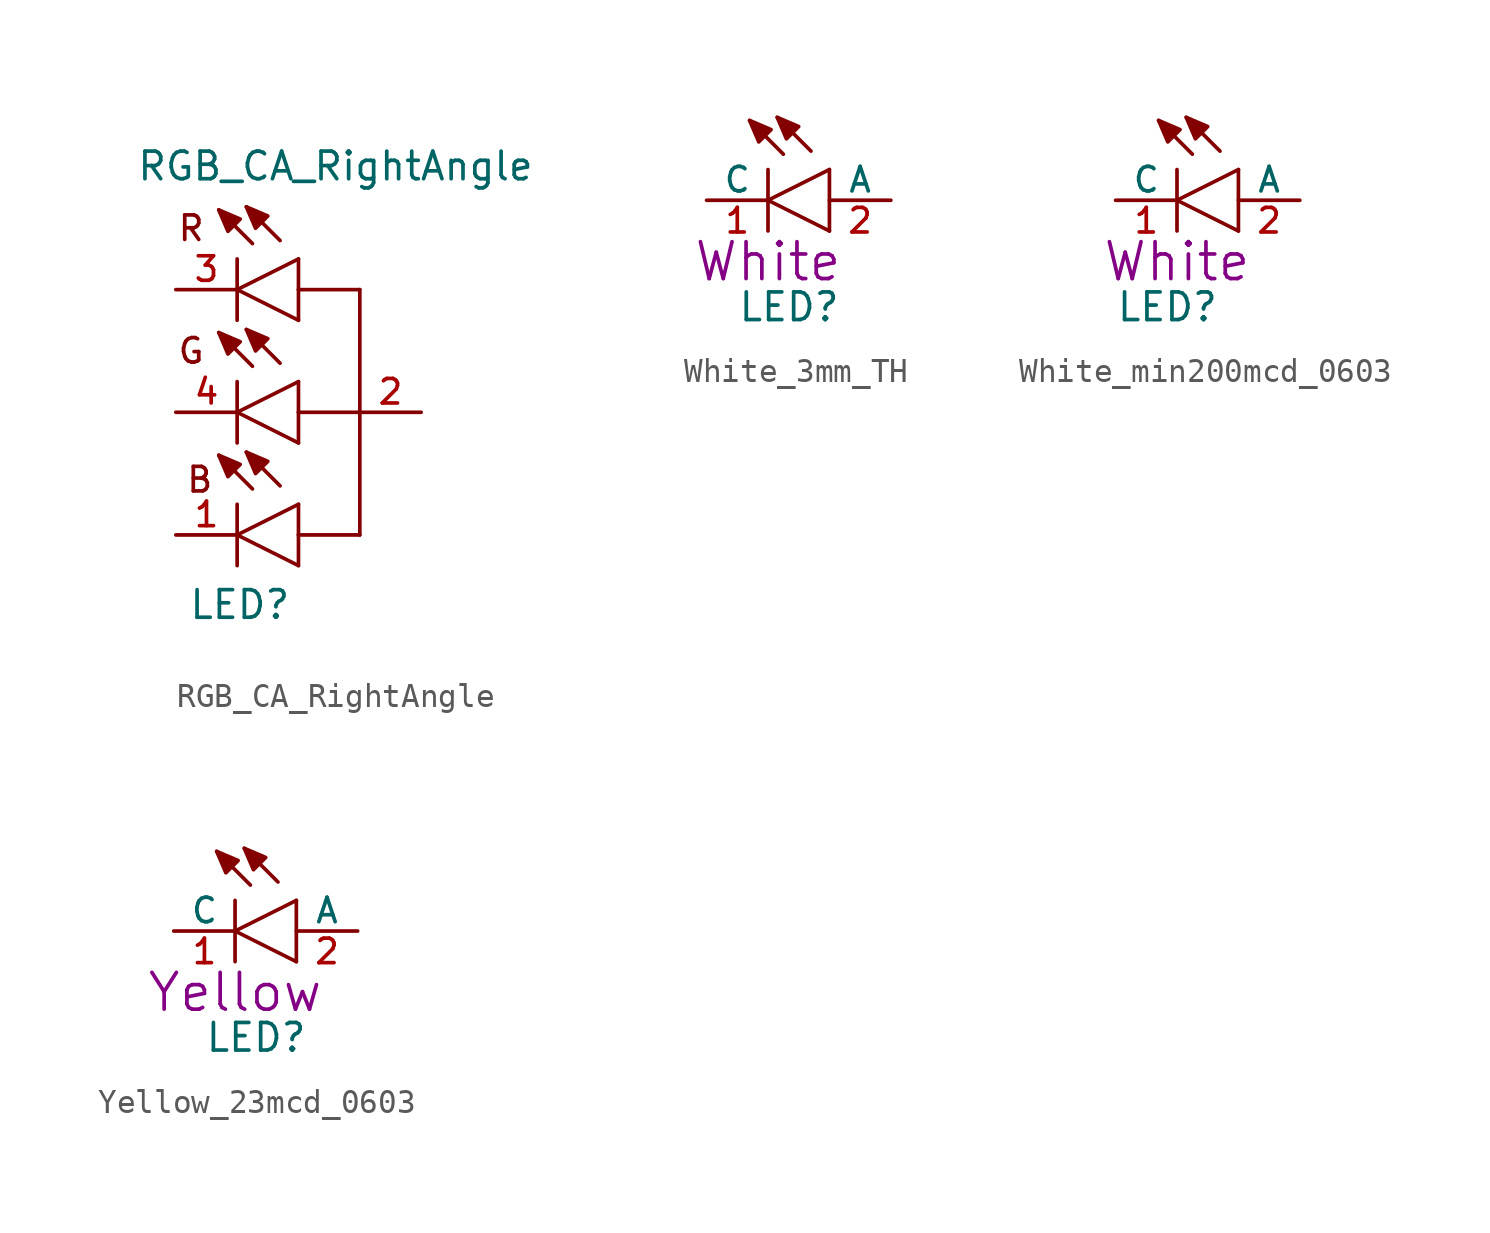
<source format=kicad_sym>
(kicad_symbol_lib
  (version 20241209)
  (generator "kicad_symbol_editor")
  (generator_version "9.0")
  (symbol "RGB_CA_RightAngle"
    (pin_names
      (offset 1.016)
      (hide yes))
    (property "Reference" "LED"
      (at -4.572 -8.636 0)
      (effects (font (size 1.143 1.143)) (justify left bottom)))
    (property "Value" "RGB_CA_RightAngle"
      (at -6.731 9.525 0)
      (effects (font (size 1.143 1.143)) (justify left bottom)))
    (symbol "RGB_CA_RightAngle_1_0"
      (polyline (pts (xy -2.54 5.08) (xy -2.54 6.35)) (stroke (width 0) (type default)) (fill (type none)))
      (polyline (pts (xy -2.54 5.08) (xy 0 6.35)) (stroke (width 0) (type default)) (fill (type none)))
      (polyline (pts (xy -2.54 3.81) (xy -2.54 5.08)) (stroke (width 0) (type default)) (fill (type none)))
      (polyline (pts (xy -2.54 0) (xy -2.54 1.27)) (stroke (width 0) (type default)) (fill (type none)))
      (polyline (pts (xy -2.54 0) (xy 0 1.27)) (stroke (width 0) (type default)) (fill (type none)))
      (polyline (pts (xy -2.54 -1.27) (xy -2.54 0)) (stroke (width 0) (type default)) (fill (type none)))
      (polyline (pts (xy -2.54 -5.08) (xy -2.54 -3.81)) (stroke (width 0) (type default)) (fill (type none)))
      (polyline (pts (xy -2.54 -5.08) (xy 0 -3.81)) (stroke (width 0) (type default)) (fill (type none)))
      (polyline (pts (xy -2.54 -6.35) (xy -2.54 -5.08)) (stroke (width 0) (type default)) (fill (type none)))
      (polyline (pts (xy -1.905 6.985) (xy -3.302 8.382)) (stroke (width 0) (type default)) (fill (type none)))
      (polyline (pts (xy -1.905 1.905) (xy -3.302 3.302)) (stroke (width 0) (type default)) (fill (type none)))
      (polyline (pts (xy -1.905 -3.175) (xy -3.302 -1.778)) (stroke (width 0) (type default)) (fill (type none)))
      (polyline (pts (xy -0.762 7.112) (xy -2.159 8.509)) (stroke (width 0) (type default)) (fill (type none)))
      (polyline (pts (xy -0.762 2.032) (xy -2.159 3.429)) (stroke (width 0) (type default)) (fill (type none)))
      (polyline (pts (xy -0.762 -3.048) (xy -2.159 -1.651)) (stroke (width 0) (type default)) (fill (type none)))
      (polyline (pts (xy 0 5.08) (xy 0 6.35)) (stroke (width 0) (type default)) (fill (type none)))
      (polyline (pts (xy 0 3.81) (xy -2.54 5.08)) (stroke (width 0) (type default)) (fill (type none)))
      (polyline (pts (xy 0 3.81) (xy 0 5.08)) (stroke (width 0) (type default)) (fill (type none)))
      (polyline (pts (xy 0 0) (xy 0 1.27)) (stroke (width 0) (type default)) (fill (type none)))
      (polyline (pts (xy 0 -1.27) (xy -2.54 0)) (stroke (width 0) (type default)) (fill (type none)))
      (polyline (pts (xy 0 -1.27) (xy 0 0)) (stroke (width 0) (type default)) (fill (type none)))
      (polyline (pts (xy 0 -5.08) (xy 0 -3.81)) (stroke (width 0) (type default)) (fill (type none)))
      (polyline (pts (xy 0 -6.35) (xy -2.54 -5.08)) (stroke (width 0) (type default)) (fill (type none)))
      (polyline (pts (xy 0 -6.35) (xy 0 -5.08)) (stroke (width 0) (type default)) (fill (type none)))
      (polyline (pts (xy 2.54 5.08) (xy 0 5.08)) (stroke (width 0) (type default)) (fill (type none)))
      (polyline (pts (xy 2.54 5.08) (xy 2.54 0)) (stroke (width 0) (type default)) (fill (type none)))
      (polyline (pts (xy 2.54 0) (xy 0 0)) (stroke (width 0) (type default)) (fill (type none)))
      (polyline (pts (xy 2.54 0) (xy 2.54 -5.08)) (stroke (width 0) (type default)) (fill (type none)))
      (polyline (pts (xy 2.54 -5.08) (xy 0 -5.08)) (stroke (width 0) (type default)) (fill (type none)))
      (text "R" (at -4.445 7.62 0) (effects (font (size 1.016 1.016))))
      (text "G" (at -4.445 2.54 0) (effects (font (size 1.016 1.016))))
      (text "B" (at -4.089 -2.794 0) (effects (font (size 1.016 1.016)))))
    (symbol "RGB_CA_RightAngle_1_1"
      (polyline (pts (xy -3.302 8.382) (xy -2.413 8.001) (xy -2.413 8.001) (xy -2.921 7.493) (xy -2.921 7.493) (xy -3.302 8.382)) (stroke (width 0) (type default)) (fill (type outline)))
      (polyline (pts (xy -3.302 3.302) (xy -2.413 2.921) (xy -2.413 2.921) (xy -2.921 2.413) (xy -2.921 2.413) (xy -3.302 3.302)) (stroke (width 0) (type default)) (fill (type outline)))
      (polyline (pts (xy -3.302 -1.778) (xy -2.413 -2.159) (xy -2.413 -2.159) (xy -2.921 -2.667) (xy -2.921 -2.667) (xy -3.302 -1.778)) (stroke (width 0) (type default)) (fill (type outline)))
      (polyline (pts (xy -2.159 8.509) (xy -1.27 8.128) (xy -1.27 8.128) (xy -1.778 7.62) (xy -1.778 7.62) (xy -2.159 8.509)) (stroke (width 0) (type default)) (fill (type outline)))
      (polyline (pts (xy -2.159 3.429) (xy -1.27 3.048) (xy -1.27 3.048) (xy -1.778 2.54) (xy -1.778 2.54) (xy -2.159 3.429)) (stroke (width 0) (type default)) (fill (type outline)))
      (polyline (pts (xy -2.159 -1.651) (xy -1.27 -2.032) (xy -1.27 -2.032) (xy -1.778 -2.54) (xy -1.778 -2.54) (xy -2.159 -1.651)) (stroke (width 0) (type default)) (fill (type outline)))
      (pin passive line (at -5.08 5.08 0) (length 2.54) (name "CB" (effects (font (size 1.016 1.016)))) (number "3" (effects (font (size 1.016 1.016)))))
      (pin passive line (at -5.08 0 0) (length 2.54) (name "CG" (effects (font (size 1.016 1.016)))) (number "4" (effects (font (size 1.016 1.016)))))
      (pin passive line (at -5.08 -5.08 0) (length 2.54) (name "CR" (effects (font (size 1.016 1.016)))) (number "1" (effects (font (size 1.016 1.016)))))
      (pin passive line (at 5.08 0 180) (length 2.54) (name "A" (effects (font (size 1.016 1.016)))) (number "2" (effects (font (size 1.016 1.016)))))))
  (symbol "White_3mm_TH"
    (pin_names
      (offset 0))
    (property "Reference" "LED"
      (at -1.27 -5.08 0)
      (effects (font (size 1.143 1.143)) (justify left bottom)))
    (property "Display" "White"
      (at 0 -2.54 0)
      (effects (font (size 1.524 1.524))))
    (symbol "White_3mm_TH_1_0"
      (polyline (pts (xy 0 0) (xy 0 1.27)) (stroke (width 0) (type default)) (fill (type none)))
      (polyline (pts (xy 0 0) (xy 2.54 1.27)) (stroke (width 0) (type default)) (fill (type none)))
      (polyline (pts (xy 0 -1.27) (xy 0 0)) (stroke (width 0) (type default)) (fill (type none)))
      (polyline (pts (xy 0.635 1.905) (xy -0.762 3.302)) (stroke (width 0) (type default)) (fill (type none)))
      (polyline (pts (xy 1.778 2.032) (xy 0.381 3.429)) (stroke (width 0) (type default)) (fill (type none)))
      (polyline (pts (xy 2.54 -1.27) (xy 0 0)) (stroke (width 0) (type default)) (fill (type none)))
      (polyline (pts (xy 2.54 -1.27) (xy 2.54 1.27)) (stroke (width 0) (type default)) (fill (type none))))
    (symbol "White_3mm_TH_1_1"
      (polyline (pts (xy -0.762 3.302) (xy 0.127 2.921) (xy 0.127 2.921) (xy -0.381 2.413) (xy -0.381 2.413) (xy -0.762 3.302)) (stroke (width 0) (type default)) (fill (type outline)))
      (polyline (pts (xy 0.381 3.429) (xy 1.27 3.048) (xy 1.27 3.048) (xy 0.762 2.54) (xy 0.762 2.54) (xy 0.381 3.429)) (stroke (width 0) (type default)) (fill (type outline)))
      (pin passive line (at -2.54 0 0) (length 2.54) (name "C" (effects (font (size 1.016 1.016)))) (number "1" (effects (font (size 1.016 1.016)))))
      (pin passive line (at 5.08 0 180) (length 2.54) (name "A" (effects (font (size 1.016 1.016)))) (number "2" (effects (font (size 1.016 1.016)))))))
  (symbol "White_min200mcd_0603"
    (pin_names
      (offset 0))
    (property "Reference" "LED"
      (at -2.54 -5.08 0)
      (effects (font (size 1.143 1.143)) (justify left bottom)))
    (property "Display" "White"
      (at 0 -2.54 0)
      (effects (font (size 1.524 1.524))))
    (symbol "White_min200mcd_0603_1_0"
      (polyline (pts (xy 0 0) (xy 0 1.27)) (stroke (width 0) (type default)) (fill (type none)))
      (polyline (pts (xy 0 0) (xy 2.54 1.27)) (stroke (width 0) (type default)) (fill (type none)))
      (polyline (pts (xy 0 -1.27) (xy 0 0)) (stroke (width 0) (type default)) (fill (type none)))
      (polyline (pts (xy 0.635 1.905) (xy -0.762 3.302)) (stroke (width 0) (type default)) (fill (type none)))
      (polyline (pts (xy 1.778 2.032) (xy 0.381 3.429)) (stroke (width 0) (type default)) (fill (type none)))
      (polyline (pts (xy 2.54 -1.27) (xy 0 0)) (stroke (width 0) (type default)) (fill (type none)))
      (polyline (pts (xy 2.54 -1.27) (xy 2.54 1.27)) (stroke (width 0) (type default)) (fill (type none))))
    (symbol "White_min200mcd_0603_1_1"
      (polyline (pts (xy -0.762 3.302) (xy 0.127 2.921) (xy 0.127 2.921) (xy -0.381 2.413) (xy -0.381 2.413) (xy -0.762 3.302)) (stroke (width 0) (type default)) (fill (type outline)))
      (polyline (pts (xy 0.381 3.429) (xy 1.27 3.048) (xy 1.27 3.048) (xy 0.762 2.54) (xy 0.762 2.54) (xy 0.381 3.429)) (stroke (width 0) (type default)) (fill (type outline)))
      (pin passive line (at -2.54 0 0) (length 2.54) (name "C" (effects (font (size 1.016 1.016)))) (number "1" (effects (font (size 1.016 1.016)))))
      (pin passive line (at 5.08 0 180) (length 2.54) (name "A" (effects (font (size 1.016 1.016)))) (number "2" (effects (font (size 1.016 1.016)))))))
  (symbol "Yellow_23mcd_0603"
    (pin_names
      (offset 0))
    (property "Reference" "LED"
      (at -1.27 -5.08 0)
      (effects (font (size 1.143 1.143)) (justify left bottom)))
    (property "Display" "Yellow"
      (at 0 -2.54 0)
      (effects (font (size 1.524 1.524))))
    (symbol "Yellow_23mcd_0603_1_0"
      (polyline (pts (xy 0 0) (xy 0 1.27)) (stroke (width 0) (type default)) (fill (type none)))
      (polyline (pts (xy 0 0) (xy 2.54 1.27)) (stroke (width 0) (type default)) (fill (type none)))
      (polyline (pts (xy 0 -1.27) (xy 0 0)) (stroke (width 0) (type default)) (fill (type none)))
      (polyline (pts (xy 0.635 1.905) (xy -0.762 3.302)) (stroke (width 0) (type default)) (fill (type none)))
      (polyline (pts (xy 1.778 2.032) (xy 0.381 3.429)) (stroke (width 0) (type default)) (fill (type none)))
      (polyline (pts (xy 2.54 -1.27) (xy 0 0)) (stroke (width 0) (type default)) (fill (type none)))
      (polyline (pts (xy 2.54 -1.27) (xy 2.54 1.27)) (stroke (width 0) (type default)) (fill (type none))))
    (symbol "Yellow_23mcd_0603_1_1"
      (polyline (pts (xy -0.762 3.302) (xy 0.127 2.921) (xy 0.127 2.921) (xy -0.381 2.413) (xy -0.381 2.413) (xy -0.762 3.302)) (stroke (width 0) (type default)) (fill (type outline)))
      (polyline (pts (xy 0.381 3.429) (xy 1.27 3.048) (xy 1.27 3.048) (xy 0.762 2.54) (xy 0.762 2.54) (xy 0.381 3.429)) (stroke (width 0) (type default)) (fill (type outline)))
      (pin passive line (at -2.54 0 0) (length 2.54) (name "C" (effects (font (size 1.016 1.016)))) (number "1" (effects (font (size 1.016 1.016)))))
      (pin passive line (at 5.08 0 180) (length 2.54) (name "A" (effects (font (size 1.016 1.016)))) (number "2" (effects (font (size 1.016 1.016))))))))
</source>
